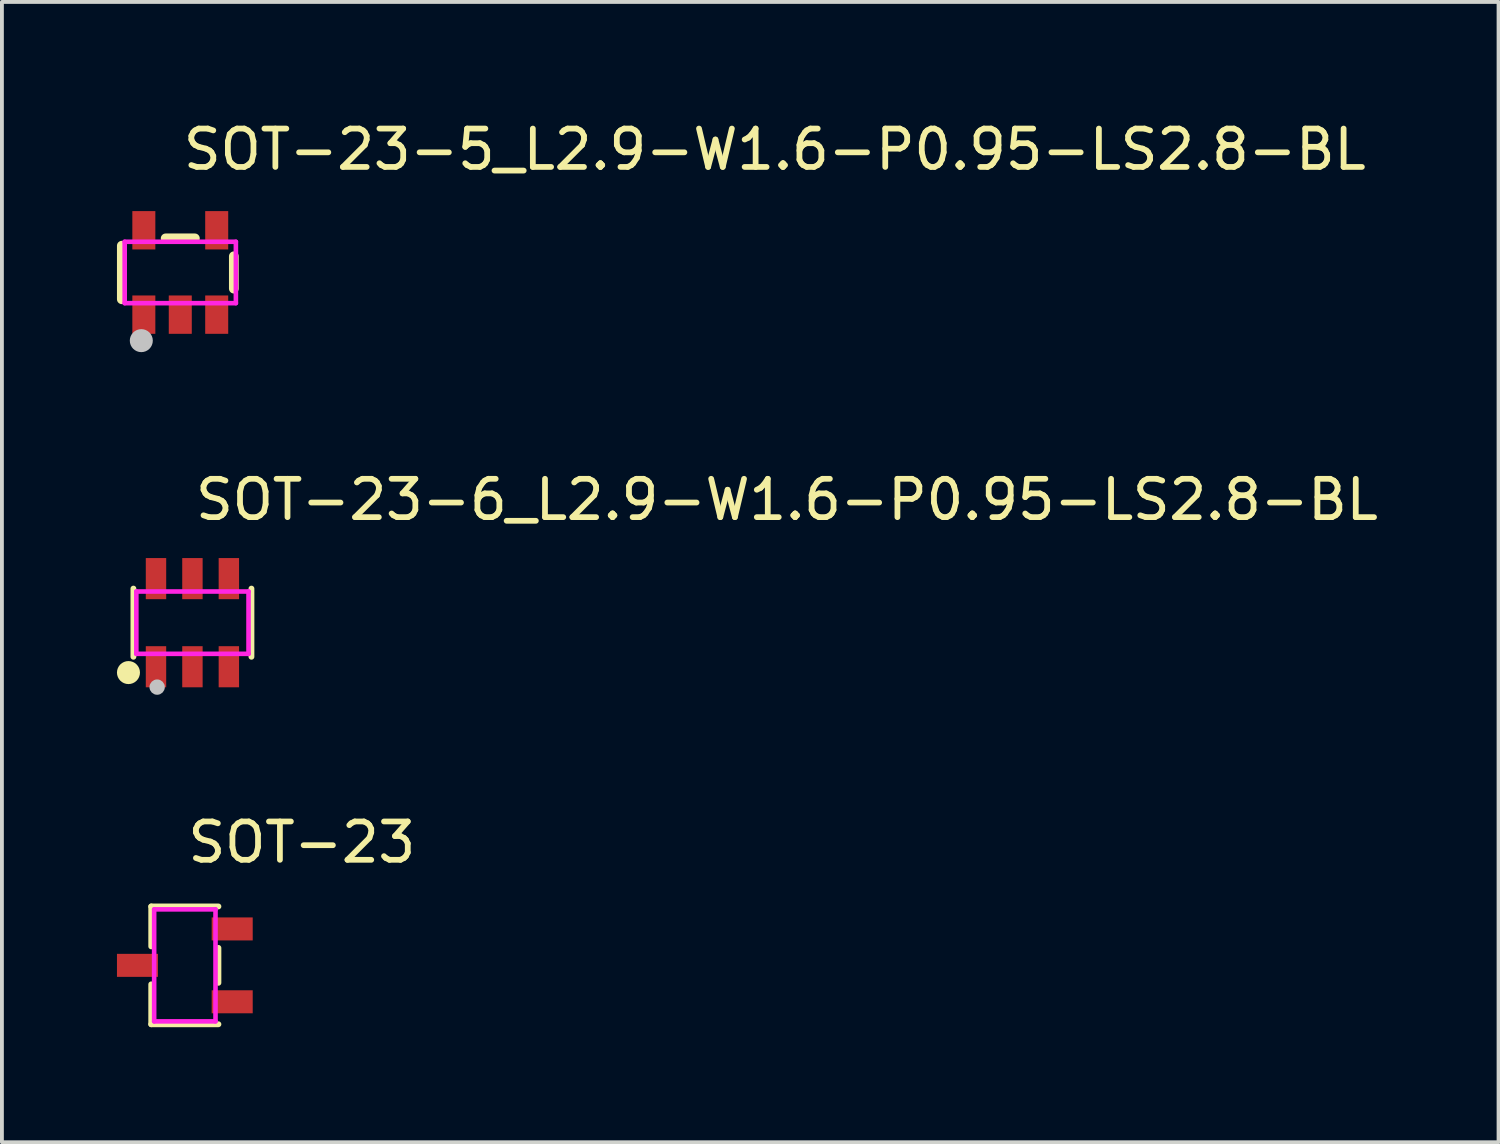
<source format=kicad_pcb>
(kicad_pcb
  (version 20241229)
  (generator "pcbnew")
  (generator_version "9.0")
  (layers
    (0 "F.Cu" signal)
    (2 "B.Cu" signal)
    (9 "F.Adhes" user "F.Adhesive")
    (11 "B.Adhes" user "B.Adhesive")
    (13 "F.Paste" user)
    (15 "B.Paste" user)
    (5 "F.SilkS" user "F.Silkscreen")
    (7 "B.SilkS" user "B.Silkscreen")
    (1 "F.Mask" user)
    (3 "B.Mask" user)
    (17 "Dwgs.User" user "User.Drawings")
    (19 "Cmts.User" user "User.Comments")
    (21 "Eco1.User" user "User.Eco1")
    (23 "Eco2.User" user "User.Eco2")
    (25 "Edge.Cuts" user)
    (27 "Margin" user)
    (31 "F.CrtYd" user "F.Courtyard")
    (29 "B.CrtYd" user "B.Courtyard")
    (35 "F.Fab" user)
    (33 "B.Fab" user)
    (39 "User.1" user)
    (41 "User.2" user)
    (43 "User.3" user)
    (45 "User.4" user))
  (footprint "SOT-23"
    (layer "F.Cu")
    (at 1.77 22.124)
    (property "Reference" "SOT-23" (at 0 -3.207 0) (layer "F.SilkS") (effects (font (size 1 1) (thickness 0.15)) (justify left)))
    (attr through_hole)
    (fp_line (start -0.876 -1.536) (end -0.876 -0.495) (stroke (width 0.152) (type solid)) (layer "F.SilkS"))
    (fp_line (start -0.876 1.536) (end -0.876 0.495) (stroke (width 0.152) (type solid)) (layer "F.SilkS"))
    (fp_line (start 0.876 -1.536) (end -0.876 -1.536) (stroke (width 0.152) (type solid)) (layer "F.SilkS"))
    (fp_line (start 0.876 -0.455) (end 0.876 0.455) (stroke (width 0.152) (type solid)) (layer "F.SilkS"))
    (fp_line (start 0.876 1.536) (end -0.876 1.536) (stroke (width 0.152) (type solid)) (layer "F.SilkS"))
    (fp_line (start -0.96 -0.2) (end -0.79 -0.2) (stroke (width 0.12) (type solid)) (layer "Eco2.User"))
    (fp_line (start -0.96 0.2) (end -0.96 -0.2) (stroke (width 0.12) (type solid)) (layer "Eco2.User"))
    (fp_line (start -0.79 -0.2) (end -0.79 0.2) (stroke (width 0.12) (type solid)) (layer "Eco2.User"))
    (fp_line (start -0.79 0.2) (end -0.96 0.2) (stroke (width 0.12) (type solid)) (layer "Eco2.User"))
    (fp_line (start 0.79 -1.15) (end 0.96 -1.15) (stroke (width 0.12) (type solid)) (layer "Eco2.User"))
    (fp_line (start 0.79 -0.75) (end 0.79 -1.15) (stroke (width 0.12) (type solid)) (layer "Eco2.User"))
    (fp_line (start 0.79 0.75) (end 0.96 0.75) (stroke (width 0.12) (type solid)) (layer "Eco2.User"))
    (fp_line (start 0.79 1.15) (end 0.79 0.75) (stroke (width 0.12) (type solid)) (layer "Eco2.User"))
    (fp_line (start 0.96 -1.15) (end 0.96 -0.75) (stroke (width 0.12) (type solid)) (layer "Eco2.User"))
    (fp_line (start 0.96 -0.75) (end 0.79 -0.75) (stroke (width 0.12) (type solid)) (layer "Eco2.User"))
    (fp_line (start 0.96 0.75) (end 0.96 1.15) (stroke (width 0.12) (type solid)) (layer "Eco2.User"))
    (fp_line (start 0.96 1.15) (end 0.79 1.15) (stroke (width 0.12) (type solid)) (layer "Eco2.User"))
    (fp_poly (pts (xy -0.95 0.2) (xy -0.95 -0.2) (xy -1.4 -0.2) (xy -1.4 0.2)) (stroke (width 0.12) (type solid)) (fill no) (layer "Eco2.User"))
    (fp_poly (pts (xy 0.95 -0.75) (xy 0.95 -1.15) (xy 1.4 -1.15) (xy 1.4 -0.75)) (stroke (width 0.12) (type solid)) (fill no) (layer "Eco2.User"))
    (fp_poly (pts (xy 0.95 1.15) (xy 0.95 0.75) (xy 1.4 0.75) (xy 1.4 1.15)) (stroke (width 0.12) (type solid)) (fill no) (layer "Eco2.User"))
    (fp_line (start -0.8 -1.46) (end 0.8 -1.46) (stroke (width 0.12) (type solid)) (layer "F.CrtYd"))
    (fp_line (start -0.8 1.46) (end -0.8 -1.46) (stroke (width 0.12) (type solid)) (layer "F.CrtYd"))
    (fp_line (start 0.8 -1.46) (end 0.8 1.46) (stroke (width 0.12) (type solid)) (layer "F.CrtYd"))
    (fp_line (start 0.8 1.46) (end -0.8 1.46) (stroke (width 0.12) (type solid)) (layer "F.CrtYd"))
    (pad "1" smd rect (at 1.235 0.95) (size 1.07 0.6) (layers "F.Cu" "F.Mask" "F.Paste"))
    (pad "2" smd rect (at 1.235 -0.95) (size 1.07 0.6) (layers "F.Cu" "F.Mask" "F.Paste"))
    (pad "3" smd rect (at -1.235 0) (size 1.07 0.6) (layers "F.Cu" "F.Mask" "F.Paste")))
  (footprint "SOT-23-6_L2.9-W1.6-P0.95-LS2.8-BL"
    (layer "F.Cu")
    (at 1.968 13.188)
    (property "Reference" "SOT-23-6_L2.9-W1.6-P0.95-LS2.8-BL" (at 0 -3.207 0) (layer "F.SilkS") (effects (font (size 1 1) (thickness 0.15)) (justify left)))
    (attr through_hole)
    (fp_line (start -1.539 0.889) (end -1.539 -0.889) (stroke (width 0.152) (type solid)) (layer "F.SilkS"))
    (fp_line (start 1.539 0.889) (end 1.539 -0.889) (stroke (width 0.152) (type solid)) (layer "F.SilkS"))
    (fp_circle (center -1.668 1.301) (end -1.518 1.301) (stroke (width 0.3) (type solid)) (fill no) (layer "F.SilkS"))
    (fp_circle (center -0.92 1.68) (end -0.82 1.68) (stroke (width 0.2) (type solid)) (fill no) (layer "Dwgs.User"))
    (fp_line (start -1.165 -0.935) (end -0.735 -0.935) (stroke (width 0.12) (type solid)) (layer "Eco2.User"))
    (fp_line (start -1.165 -0.803) (end -1.165 -0.935) (stroke (width 0.12) (type solid)) (layer "Eco2.User"))
    (fp_line (start -1.165 0.803) (end -0.735 0.803) (stroke (width 0.12) (type solid)) (layer "Eco2.User"))
    (fp_line (start -1.165 0.935) (end -1.165 0.803) (stroke (width 0.12) (type solid)) (layer "Eco2.User"))
    (fp_line (start -0.735 -0.935) (end -0.735 -0.803) (stroke (width 0.12) (type solid)) (layer "Eco2.User"))
    (fp_line (start -0.735 -0.803) (end -1.165 -0.803) (stroke (width 0.12) (type solid)) (layer "Eco2.User"))
    (fp_line (start -0.735 0.803) (end -0.735 0.935) (stroke (width 0.12) (type solid)) (layer "Eco2.User"))
    (fp_line (start -0.735 0.935) (end -1.165 0.935) (stroke (width 0.12) (type solid)) (layer "Eco2.User"))
    (fp_line (start -0.215 -0.935) (end 0.215 -0.935) (stroke (width 0.12) (type solid)) (layer "Eco2.User"))
    (fp_line (start -0.215 -0.803) (end -0.215 -0.935) (stroke (width 0.12) (type solid)) (layer "Eco2.User"))
    (fp_line (start -0.215 0.803) (end 0.215 0.803) (stroke (width 0.12) (type solid)) (layer "Eco2.User"))
    (fp_line (start -0.215 0.935) (end -0.215 0.803) (stroke (width 0.12) (type solid)) (layer "Eco2.User"))
    (fp_line (start 0.215 -0.935) (end 0.215 -0.803) (stroke (width 0.12) (type solid)) (layer "Eco2.User"))
    (fp_line (start 0.215 -0.803) (end -0.215 -0.803) (stroke (width 0.12) (type solid)) (layer "Eco2.User"))
    (fp_line (start 0.215 0.803) (end 0.215 0.935) (stroke (width 0.12) (type solid)) (layer "Eco2.User"))
    (fp_line (start 0.215 0.935) (end -0.215 0.935) (stroke (width 0.12) (type solid)) (layer "Eco2.User"))
    (fp_line (start 0.735 -0.935) (end 1.165 -0.935) (stroke (width 0.12) (type solid)) (layer "Eco2.User"))
    (fp_line (start 0.735 -0.803) (end 0.735 -0.935) (stroke (width 0.12) (type solid)) (layer "Eco2.User"))
    (fp_line (start 0.735 0.803) (end 1.165 0.803) (stroke (width 0.12) (type solid)) (layer "Eco2.User"))
    (fp_line (start 0.735 0.935) (end 0.735 0.803) (stroke (width 0.12) (type solid)) (layer "Eco2.User"))
    (fp_line (start 1.165 -0.935) (end 1.165 -0.803) (stroke (width 0.12) (type solid)) (layer "Eco2.User"))
    (fp_line (start 1.165 -0.803) (end 0.735 -0.803) (stroke (width 0.12) (type solid)) (layer "Eco2.User"))
    (fp_line (start 1.165 0.803) (end 1.165 0.935) (stroke (width 0.12) (type solid)) (layer "Eco2.User"))
    (fp_line (start 1.165 0.935) (end 0.735 0.935) (stroke (width 0.12) (type solid)) (layer "Eco2.User"))
    (fp_circle (center -1.463 1.4) (end -1.433 1.4) (stroke (width 0.06) (type solid)) (fill no) (layer "Eco2.User"))
    (fp_poly (pts (xy -1.165 -0.925) (xy -0.735 -0.925) (xy -0.735 -1.4) (xy -1.165 -1.4)) (stroke (width 0.12) (type solid)) (fill no) (layer "Eco2.User"))
    (fp_poly (pts (xy -1.165 0.925) (xy -0.735 0.925) (xy -0.735 1.4) (xy -1.165 1.4)) (stroke (width 0.12) (type solid)) (fill no) (layer "Eco2.User"))
    (fp_poly (pts (xy -0.215 -0.925) (xy 0.215 -0.925) (xy 0.215 -1.4) (xy -0.215 -1.4)) (stroke (width 0.12) (type solid)) (fill no) (layer "Eco2.User"))
    (fp_poly (pts (xy -0.215 0.925) (xy 0.215 0.925) (xy 0.215 1.4) (xy -0.215 1.4)) (stroke (width 0.12) (type solid)) (fill no) (layer "Eco2.User"))
    (fp_poly (pts (xy 0.735 -0.925) (xy 1.165 -0.925) (xy 1.165 -1.4) (xy 0.735 -1.4)) (stroke (width 0.12) (type solid)) (fill no) (layer "Eco2.User"))
    (fp_poly (pts (xy 0.735 0.925) (xy 1.165 0.925) (xy 1.165 1.4) (xy 0.735 1.4)) (stroke (width 0.12) (type solid)) (fill no) (layer "Eco2.User"))
    (fp_line (start -1.463 -0.813) (end 1.463 -0.813) (stroke (width 0.12) (type solid)) (layer "F.CrtYd"))
    (fp_line (start -1.463 0.813) (end -1.463 -0.813) (stroke (width 0.12) (type solid)) (layer "F.CrtYd"))
    (fp_line (start 1.463 -0.813) (end 1.463 0.813) (stroke (width 0.12) (type solid)) (layer "F.CrtYd"))
    (fp_line (start 1.463 0.813) (end -1.463 0.813) (stroke (width 0.12) (type solid)) (layer "F.CrtYd"))
    (pad "1" smd rect (at -0.95 1.149) (size 0.532 1.072) (layers "F.Cu" "F.Mask" "F.Paste"))
    (pad "2" smd rect (at 0 1.149) (size 0.532 1.072) (layers "F.Cu" "F.Mask" "F.Paste"))
    (pad "3" smd rect (at 0.95 1.149) (size 0.532 1.072) (layers "F.Cu" "F.Mask" "F.Paste"))
    (pad "4" smd rect (at 0.95 -1.149) (size 0.532 1.072) (layers "F.Cu" "F.Mask" "F.Paste"))
    (pad "5" smd rect (at 0 -1.149) (size 0.532 1.072) (layers "F.Cu" "F.Mask" "F.Paste"))
    (pad "6" smd rect (at -0.95 -1.149) (size 0.532 1.072) (layers "F.Cu" "F.Mask" "F.Paste")))
  (footprint "SOT-23-5_L2.9-W1.6-P0.95-LS2.8-BL"
    (layer "F.Cu")
    (at 1.651 4.055)
    (property "Reference" "SOT-23-5_L2.9-W1.6-P0.95-LS2.8-BL" (at 0 -3.207 0) (layer "F.SilkS") (effects (font (size 1 1) (thickness 0.15)) (justify left)))
    (attr through_hole)
    (fp_line (start -1.524 -0.698) (end -1.524 0.699) (stroke (width 0.254) (type solid)) (layer "F.SilkS"))
    (fp_line (start -0.381 -0.889) (end 0.381 -0.889) (stroke (width 0.254) (type solid)) (layer "F.SilkS"))
    (fp_line (start 1.397 -0.422) (end 1.397 0.422) (stroke (width 0.254) (type solid)) (layer "F.SilkS"))
    (fp_circle (center -1.016 1.778) (end -0.866 1.778) (stroke (width 0.3) (type solid)) (fill no) (layer "Dwgs.User"))
    (fp_line (start -1.15 -0.96) (end -0.75 -0.96) (stroke (width 0.12) (type solid)) (layer "Eco2.User"))
    (fp_line (start -1.15 -0.79) (end -1.15 -0.96) (stroke (width 0.12) (type solid)) (layer "Eco2.User"))
    (fp_line (start -1.15 0.79) (end -0.75 0.79) (stroke (width 0.12) (type solid)) (layer "Eco2.User"))
    (fp_line (start -1.15 0.96) (end -1.15 0.79) (stroke (width 0.12) (type solid)) (layer "Eco2.User"))
    (fp_line (start -0.75 -0.96) (end -0.75 -0.79) (stroke (width 0.12) (type solid)) (layer "Eco2.User"))
    (fp_line (start -0.75 -0.79) (end -1.15 -0.79) (stroke (width 0.12) (type solid)) (layer "Eco2.User"))
    (fp_line (start -0.75 0.79) (end -0.75 0.96) (stroke (width 0.12) (type solid)) (layer "Eco2.User"))
    (fp_line (start -0.75 0.96) (end -1.15 0.96) (stroke (width 0.12) (type solid)) (layer "Eco2.User"))
    (fp_line (start -0.2 0.79) (end 0.2 0.79) (stroke (width 0.12) (type solid)) (layer "Eco2.User"))
    (fp_line (start -0.2 0.96) (end -0.2 0.79) (stroke (width 0.12) (type solid)) (layer "Eco2.User"))
    (fp_line (start 0.2 0.79) (end 0.2 0.96) (stroke (width 0.12) (type solid)) (layer "Eco2.User"))
    (fp_line (start 0.2 0.96) (end -0.2 0.96) (stroke (width 0.12) (type solid)) (layer "Eco2.User"))
    (fp_line (start 0.75 -0.96) (end 1.15 -0.96) (stroke (width 0.12) (type solid)) (layer "Eco2.User"))
    (fp_line (start 0.75 -0.79) (end 0.75 -0.96) (stroke (width 0.12) (type solid)) (layer "Eco2.User"))
    (fp_line (start 0.75 0.79) (end 1.15 0.79) (stroke (width 0.12) (type solid)) (layer "Eco2.User"))
    (fp_line (start 0.75 0.96) (end 0.75 0.79) (stroke (width 0.12) (type solid)) (layer "Eco2.User"))
    (fp_line (start 1.15 -0.96) (end 1.15 -0.79) (stroke (width 0.12) (type solid)) (layer "Eco2.User"))
    (fp_line (start 1.15 -0.79) (end 0.75 -0.79) (stroke (width 0.12) (type solid)) (layer "Eco2.User"))
    (fp_line (start 1.15 0.79) (end 1.15 0.96) (stroke (width 0.12) (type solid)) (layer "Eco2.User"))
    (fp_line (start 1.15 0.96) (end 0.75 0.96) (stroke (width 0.12) (type solid)) (layer "Eco2.User"))
    (fp_circle (center -1.45 1.4) (end -1.42 1.4) (stroke (width 0.06) (type solid)) (fill no) (layer "Eco2.User"))
    (fp_poly (pts (xy -1.15 -0.95) (xy -1.15 -1.4) (xy -0.75 -1.4) (xy -0.75 -0.95)) (stroke (width 0.12) (type solid)) (fill no) (layer "Eco2.User"))
    (fp_poly (pts (xy -1.15 1.4) (xy -1.15 0.95) (xy -0.75 0.95) (xy -0.75 1.4)) (stroke (width 0.12) (type solid)) (fill no) (layer "Eco2.User"))
    (fp_poly (pts (xy -0.2 1.4) (xy -0.2 0.95) (xy 0.2 0.95) (xy 0.2 1.4)) (stroke (width 0.12) (type solid)) (fill no) (layer "Eco2.User"))
    (fp_poly (pts (xy 0.75 -0.95) (xy 0.75 -1.4) (xy 1.15 -1.4) (xy 1.15 -0.95)) (stroke (width 0.12) (type solid)) (fill no) (layer "Eco2.User"))
    (fp_poly (pts (xy 0.75 1.4) (xy 0.75 0.95) (xy 1.15 0.95) (xy 1.15 1.4)) (stroke (width 0.12) (type solid)) (fill no) (layer "Eco2.User"))
    (fp_line (start -1.45 -0.8) (end 1.45 -0.8) (stroke (width 0.12) (type solid)) (layer "F.CrtYd"))
    (fp_line (start -1.45 0.8) (end -1.45 -0.8) (stroke (width 0.12) (type solid)) (layer "F.CrtYd"))
    (fp_line (start 1.45 -0.8) (end 1.45 0.8) (stroke (width 0.12) (type solid)) (layer "F.CrtYd"))
    (fp_line (start 1.45 0.8) (end -1.45 0.8) (stroke (width 0.12) (type solid)) (layer "F.CrtYd"))
    (pad "1" smd rect (at -0.95 1.1) (size 0.6 1) (layers "F.Cu" "F.Mask" "F.Paste"))
    (pad "2" smd rect (at 0 1.1) (size 0.6 1) (layers "F.Cu" "F.Mask" "F.Paste"))
    (pad "3" smd rect (at 0.95 1.1) (size 0.6 1) (layers "F.Cu" "F.Mask" "F.Paste"))
    (pad "4" smd rect (at 0.95 -1.1) (size 0.6 1) (layers "F.Cu" "F.Mask" "F.Paste"))
    (pad "5" smd rect (at -0.95 -1.1) (size 0.6 1) (layers "F.Cu" "F.Mask" "F.Paste")))
  (gr_rect
    (start -3 -3)
    (end 36.028 26.736)
    (stroke (width 0.1) (type default))
    (fill no)
    (layer "Edge.Cuts")))
</source>
